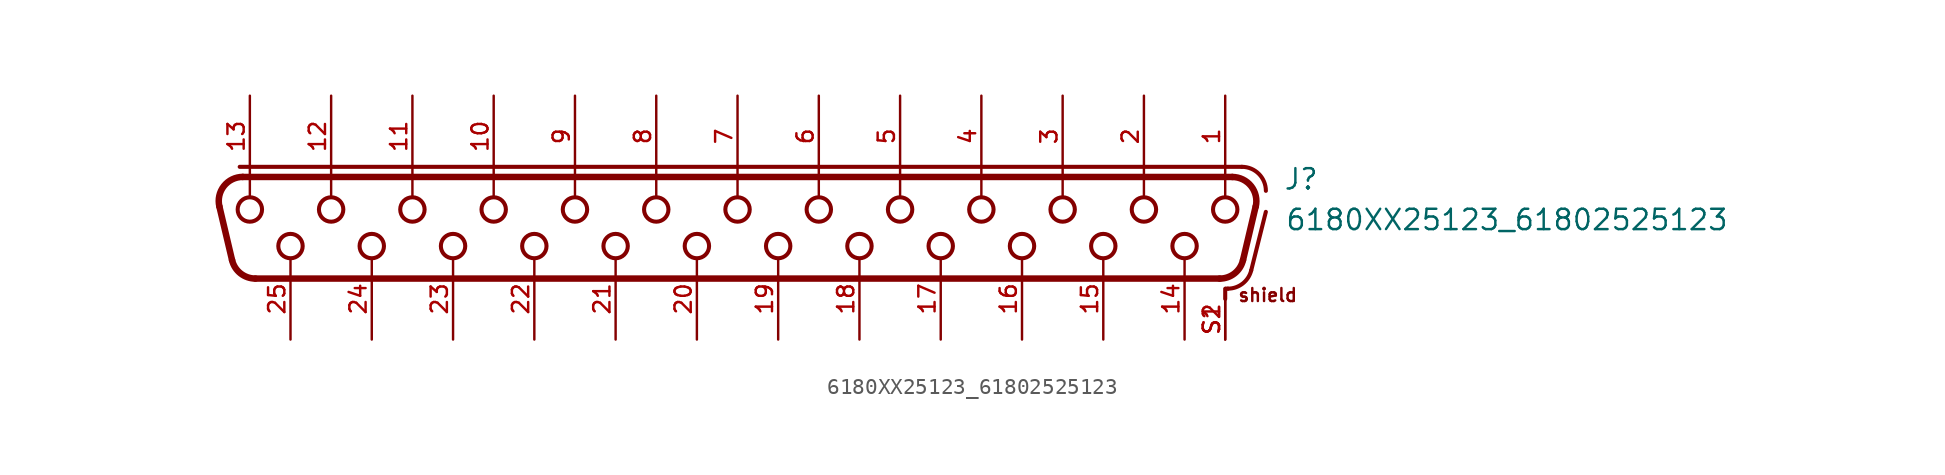
<source format=kicad_sym>
(kicad_symbol_lib
  (version 20211014)
  (generator kicad_symbol_editor)
  (symbol "6180XX25123_61802525123"
    (pin_names
      (offset 1.016))
    (property "Reference" "J"
      (at 34.1 1.66 0)
      (effects (font (size 1.27 1.27)) (justify bottom left)))
    (property "Value" "6180XX25123_61802525123"
      (at 34.2 -0.88 0)
      (effects (font (size 1.27 1.27)) (justify bottom left)))
    (symbol "6180XX25123_61802525123_0_0"
      (polyline (pts (xy -30.924 2.54) (xy 30.924 2.54)) (stroke (width 0.406)))
      (arc (start 32.3842125 0.695165625) (mid 32.0983 1.9738) (end 30.9243875 2.54) (stroke (width 0.4064) (type default) (color 0 0 0 0)) (fill (type none)))
      (polyline (pts (xy 32.384 0.695) (xy 31.593 -2.655)) (stroke (width 0.406)))
      (arc (start 30.13305 -3.81) (mid 31.0608 -3.4886) (end 31.592871875 -2.65484375) (stroke (width 0.4064) (type default) (color 0 0 0 0)) (fill (type none)))
      (polyline (pts (xy 30.133 -3.81) (xy -30.133 -3.81)) (stroke (width 0.406)))
      (arc (start -32.3842125 0.695165625) (mid -32.0983 1.9738) (end -30.9243875 2.54) (stroke (width 0.4064) (type default) (color 0 0 0 0)) (fill (type none)))
      (arc (start -31.592871875 -2.65484375) (mid -31.0668 -3.4839) (end -30.13305 -3.81) (stroke (width 0.4064) (type default) (color 0 0 0 0)) (fill (type none)))
      (polyline (pts (xy -31.593 -2.655) (xy -32.384 0.695)) (stroke (width 0.406)))
      (polyline (pts (xy -31.115 3.175) (xy 31.52 3.175)) (stroke (width 0.254)))
      (arc (start 33.02 1.675) (mid 32.5807 2.7357) (end 31.52 3.175) (stroke (width 0.254) (type default) (color 0 0 0 0)) (fill (type none)))
      (polyline (pts (xy 30.48 -4.445) (xy 30.48 -5.08)) (stroke (width 0.254)))
      (polyline (pts (xy 30.52 -4.44) (xy 30.649 -4.44)) (stroke (width 0.254)))
      (arc (start 32.10405 -3.3038) (mid 31.5723 -4.122) (end 30.648834375 -4.44) (stroke (width 0.254) (type default) (color 0 0 0 0)) (fill (type none)))
      (polyline (pts (xy 32.104 -3.304) (xy 33.02 0.36)) (stroke (width 0.254)))
      (polyline (pts (xy -30.48 2.58) (xy -30.48 1.3)) (stroke (width 0.152)))
      (polyline (pts (xy 15.24 2.58) (xy 15.24 1.3)) (stroke (width 0.152)))
      (polyline (pts (xy 20.32 2.58) (xy 20.32 1.3)) (stroke (width 0.152)))
      (polyline (pts (xy 25.4 2.58) (xy 25.4 1.3)) (stroke (width 0.152)))
      (polyline (pts (xy 30.48 2.58) (xy 30.48 1.3)) (stroke (width 0.152)))
      (polyline (pts (xy 0.0 2.58) (xy 0.0 1.3)) (stroke (width 0.152)))
      (polyline (pts (xy 5.08 2.58) (xy 5.08 1.3)) (stroke (width 0.152)))
      (polyline (pts (xy 10.16 2.58) (xy 10.16 1.3)) (stroke (width 0.152)))
      (polyline (pts (xy -15.24 2.58) (xy -15.24 1.3)) (stroke (width 0.152)))
      (polyline (pts (xy -10.16 2.58) (xy -10.16 1.3)) (stroke (width 0.152)))
      (polyline (pts (xy -5.08 2.58) (xy -5.08 1.3)) (stroke (width 0.152)))
      (polyline (pts (xy -25.4 2.58) (xy -25.4 1.3)) (stroke (width 0.152)))
      (polyline (pts (xy -20.32 2.58) (xy -20.32 1.3)) (stroke (width 0.152)))
      (text "shield" (at 31.22 -5.32 0) (effects (font (size 0.813 0.813)) (justify bottom left)))
      (circle (center 30.48 0.508) (radius 0.762) (stroke (width 0.254)) (fill (type none)))
      (circle (center 25.4 0.508) (radius 0.762) (stroke (width 0.254)) (fill (type none)))
      (circle (center 20.32 0.508) (radius 0.762) (stroke (width 0.254)) (fill (type none)))
      (circle (center 15.24 0.508) (radius 0.762) (stroke (width 0.254)) (fill (type none)))
      (circle (center -30.48 0.508) (radius 0.762) (stroke (width 0.254)) (fill (type none)))
      (circle (center 27.94 -1.778) (radius 0.762) (stroke (width 0.254)) (fill (type none)))
      (circle (center 22.86 -1.778) (radius 0.762) (stroke (width 0.254)) (fill (type none)))
      (circle (center 17.78 -1.778) (radius 0.762) (stroke (width 0.254)) (fill (type none)))
      (circle (center 12.7 -1.778) (radius 0.762) (stroke (width 0.254)) (fill (type none)))
      (circle (center 5.08 0.508) (radius 0.762) (stroke (width 0.254)) (fill (type none)))
      (circle (center 0.0 0.508) (radius 0.762) (stroke (width 0.254)) (fill (type none)))
      (circle (center 7.62 -1.778) (radius 0.762) (stroke (width 0.254)) (fill (type none)))
      (circle (center 2.54 -1.778) (radius 0.762) (stroke (width 0.254)) (fill (type none)))
      (circle (center -2.54 -1.778) (radius 0.762) (stroke (width 0.254)) (fill (type none)))
      (circle (center 10.16 0.508) (radius 0.762) (stroke (width 0.254)) (fill (type none)))
      (circle (center -10.16 0.508) (radius 0.762) (stroke (width 0.254)) (fill (type none)))
      (circle (center -15.24 0.508) (radius 0.762) (stroke (width 0.254)) (fill (type none)))
      (circle (center -7.62 -1.778) (radius 0.762) (stroke (width 0.254)) (fill (type none)))
      (circle (center -12.7 -1.778) (radius 0.762) (stroke (width 0.254)) (fill (type none)))
      (circle (center -17.78 -1.778) (radius 0.762) (stroke (width 0.254)) (fill (type none)))
      (circle (center -5.08 0.508) (radius 0.762) (stroke (width 0.254)) (fill (type none)))
      (circle (center -20.32 0.508) (radius 0.762) (stroke (width 0.254)) (fill (type none)))
      (circle (center -25.4 0.508) (radius 0.762) (stroke (width 0.254)) (fill (type none)))
      (circle (center -22.86 -1.778) (radius 0.762) (stroke (width 0.254)) (fill (type none)))
      (circle (center -27.94 -1.778) (radius 0.762) (stroke (width 0.254)) (fill (type none)))
      (pin bidirectional line (at 30.48 7.62 270.0) (length 5.08) (name "~" (effects (font (size 1.016 1.016)))) (number "1" (effects (font (size 1.016 1.016)))))
      (pin bidirectional line (at 25.4 7.62 270.0) (length 5.08) (name "~" (effects (font (size 1.016 1.016)))) (number "2" (effects (font (size 1.016 1.016)))))
      (pin bidirectional line (at 20.32 7.62 270.0) (length 5.08) (name "~" (effects (font (size 1.016 1.016)))) (number "3" (effects (font (size 1.016 1.016)))))
      (pin bidirectional line (at 15.24 7.62 270.0) (length 5.08) (name "~" (effects (font (size 1.016 1.016)))) (number "4" (effects (font (size 1.016 1.016)))))
      (pin bidirectional line (at 10.16 7.62 270.0) (length 5.08) (name "~" (effects (font (size 1.016 1.016)))) (number "5" (effects (font (size 1.016 1.016)))))
      (pin bidirectional line (at 5.08 7.62 270.0) (length 5.08) (name "~" (effects (font (size 1.016 1.016)))) (number "6" (effects (font (size 1.016 1.016)))))
      (pin bidirectional line (at 0.0 7.62 270.0) (length 5.08) (name "~" (effects (font (size 1.016 1.016)))) (number "7" (effects (font (size 1.016 1.016)))))
      (pin bidirectional line (at -5.08 7.62 270.0) (length 5.08) (name "~" (effects (font (size 1.016 1.016)))) (number "8" (effects (font (size 1.016 1.016)))))
      (pin bidirectional line (at -10.16 7.62 270.0) (length 5.08) (name "~" (effects (font (size 1.016 1.016)))) (number "9" (effects (font (size 1.016 1.016)))))
      (pin bidirectional line (at -15.24 7.62 270.0) (length 5.08) (name "~" (effects (font (size 1.016 1.016)))) (number "10" (effects (font (size 1.016 1.016)))))
      (pin bidirectional line (at -20.32 7.62 270.0) (length 5.08) (name "~" (effects (font (size 1.016 1.016)))) (number "11" (effects (font (size 1.016 1.016)))))
      (pin bidirectional line (at -25.4 7.62 270.0) (length 5.08) (name "~" (effects (font (size 1.016 1.016)))) (number "12" (effects (font (size 1.016 1.016)))))
      (pin bidirectional line (at -30.48 7.62 270.0) (length 5.08) (name "~" (effects (font (size 1.016 1.016)))) (number "13" (effects (font (size 1.016 1.016)))))
      (pin bidirectional line (at 27.94 -7.62 90.0) (length 5.08) (name "~" (effects (font (size 1.016 1.016)))) (number "14" (effects (font (size 1.016 1.016)))))
      (pin bidirectional line (at 22.86 -7.62 90.0) (length 5.08) (name "~" (effects (font (size 1.016 1.016)))) (number "15" (effects (font (size 1.016 1.016)))))
      (pin bidirectional line (at 17.78 -7.62 90.0) (length 5.08) (name "~" (effects (font (size 1.016 1.016)))) (number "16" (effects (font (size 1.016 1.016)))))
      (pin bidirectional line (at 12.7 -7.62 90.0) (length 5.08) (name "~" (effects (font (size 1.016 1.016)))) (number "17" (effects (font (size 1.016 1.016)))))
      (pin bidirectional line (at 7.62 -7.62 90.0) (length 5.08) (name "~" (effects (font (size 1.016 1.016)))) (number "18" (effects (font (size 1.016 1.016)))))
      (pin bidirectional line (at 2.54 -7.62 90.0) (length 5.08) (name "~" (effects (font (size 1.016 1.016)))) (number "19" (effects (font (size 1.016 1.016)))))
      (pin bidirectional line (at -2.54 -7.62 90.0) (length 5.08) (name "~" (effects (font (size 1.016 1.016)))) (number "20" (effects (font (size 1.016 1.016)))))
      (pin bidirectional line (at -7.62 -7.62 90.0) (length 5.08) (name "~" (effects (font (size 1.016 1.016)))) (number "21" (effects (font (size 1.016 1.016)))))
      (pin bidirectional line (at -12.7 -7.62 90.0) (length 5.08) (name "~" (effects (font (size 1.016 1.016)))) (number "22" (effects (font (size 1.016 1.016)))))
      (pin bidirectional line (at -17.78 -7.62 90.0) (length 5.08) (name "~" (effects (font (size 1.016 1.016)))) (number "23" (effects (font (size 1.016 1.016)))))
      (pin bidirectional line (at -22.86 -7.62 90.0) (length 5.08) (name "~" (effects (font (size 1.016 1.016)))) (number "24" (effects (font (size 1.016 1.016)))))
      (pin bidirectional line (at -27.94 -7.62 90.0) (length 5.08) (name "~" (effects (font (size 1.016 1.016)))) (number "25" (effects (font (size 1.016 1.016)))))
      (pin bidirectional line (at 30.48 -7.62 90.0) (length 2.54) (name "~" (effects (font (size 1.016 1.016)))) (number "S1" (effects (font (size 1.016 1.016)))))
      (pin bidirectional line (at 30.48 -7.62 90.0) (length 2.54) (name "~" (effects (font (size 1.016 1.016)))) (number "S2" (effects (font (size 1.016 1.016))))))))
</source>
